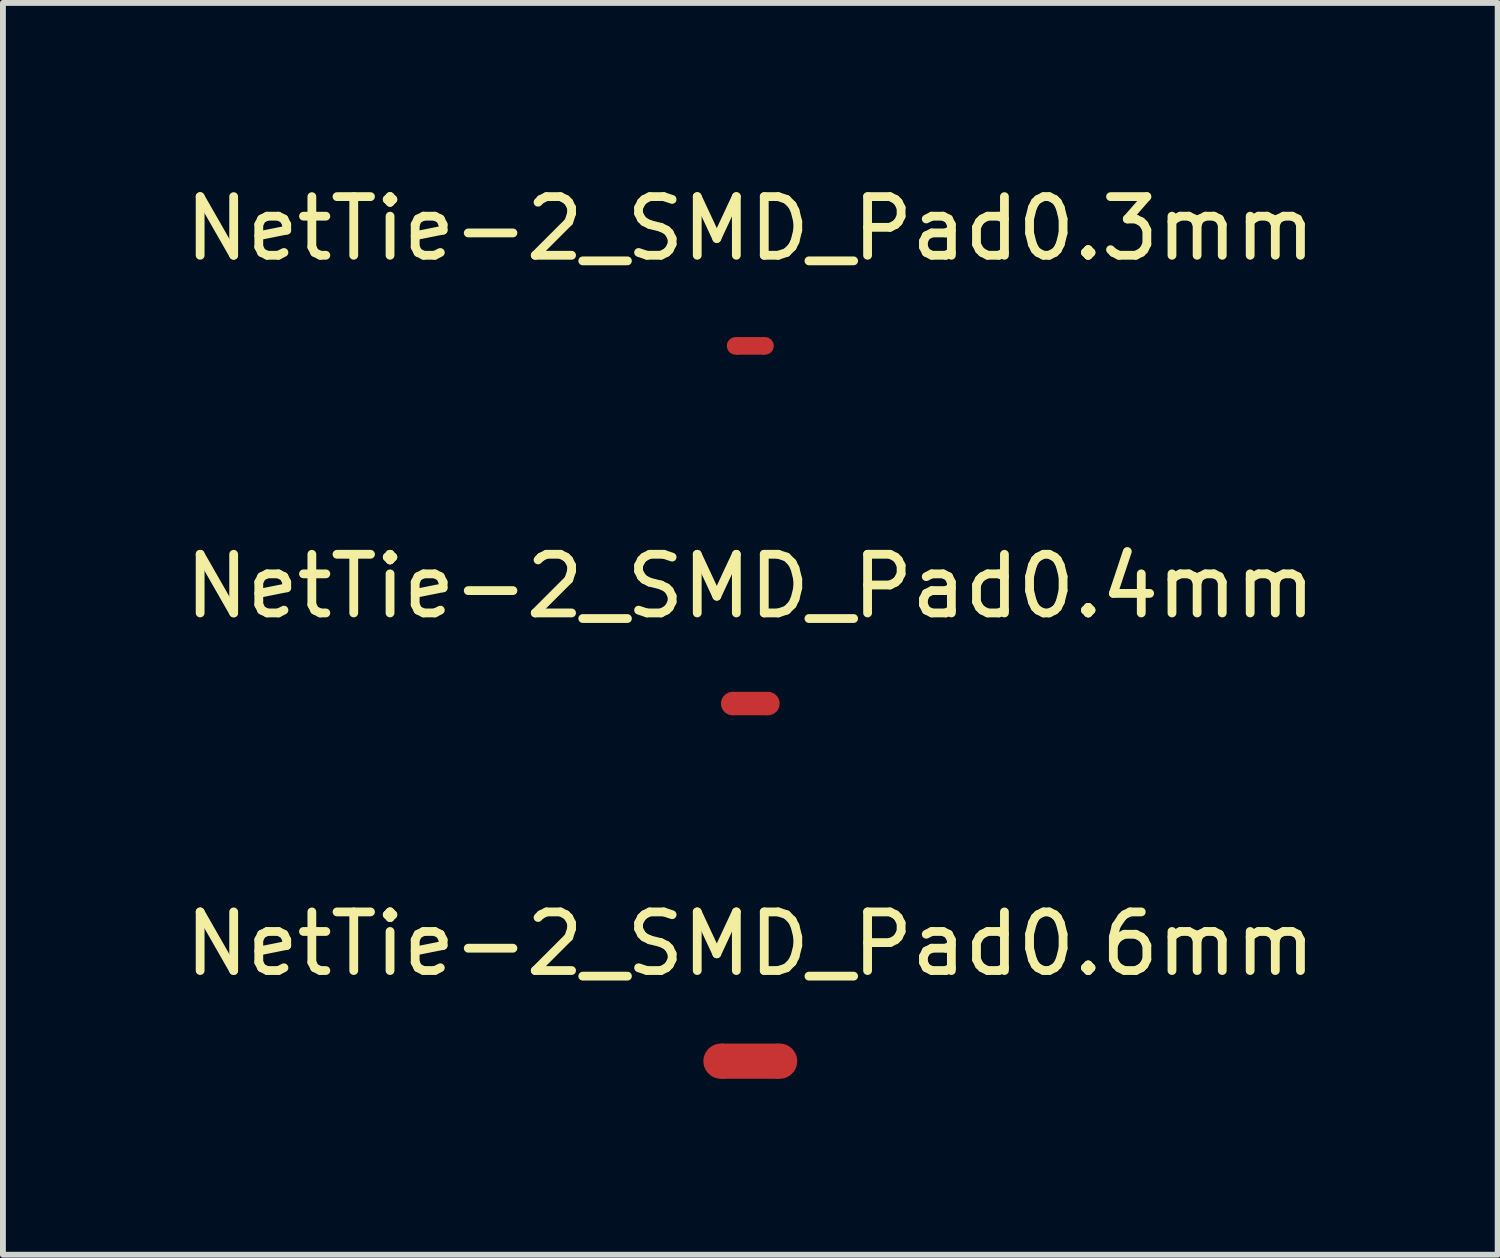
<source format=kicad_pcb>
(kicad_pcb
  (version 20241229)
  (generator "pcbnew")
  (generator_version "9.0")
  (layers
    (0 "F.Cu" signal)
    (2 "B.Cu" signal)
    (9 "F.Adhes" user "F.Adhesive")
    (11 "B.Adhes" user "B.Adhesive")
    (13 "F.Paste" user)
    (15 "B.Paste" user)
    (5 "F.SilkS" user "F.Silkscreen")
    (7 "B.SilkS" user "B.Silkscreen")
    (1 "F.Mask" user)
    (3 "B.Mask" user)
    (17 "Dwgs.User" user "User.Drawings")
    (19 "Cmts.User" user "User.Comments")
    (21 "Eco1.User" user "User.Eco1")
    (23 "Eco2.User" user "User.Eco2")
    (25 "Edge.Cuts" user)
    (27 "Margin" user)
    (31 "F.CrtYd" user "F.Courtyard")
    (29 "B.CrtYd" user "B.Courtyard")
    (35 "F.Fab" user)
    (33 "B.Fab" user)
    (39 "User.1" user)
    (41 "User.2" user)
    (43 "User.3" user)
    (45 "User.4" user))
  (footprint "NetTie-2_SMD_Pad0.6mm"
    (layer "F.Cu")
    (at 9.744 15.045)
    (property "Reference" "NetTie-2_SMD_Pad0.6mm" (at 0 -2 0) (layer "F.SilkS") (effects (font (size 1 1) (thickness 0.15))))
    (attr exclude_from_pos_files exclude_from_bom allow_missing_courtyard)
    (fp_poly (pts (xy -0.5 -0.3) (xy 0.5 -0.3) (xy 0.5 0.3) (xy -0.5 0.3)) (stroke (width 0) (type solid)) (fill yes) (layer "F.Cu"))
    (pad "1" smd circle (at -0.5 0) (size 0.6 0.6) (layers "F.Cu"))
    (pad "2" smd circle (at 0.5 0) (size 0.6 0.6) (layers "F.Cu")))
  (footprint "NetTie-2_SMD_Pad0.3mm"
    (layer "F.Cu")
    (at 9.744 2.848)
    (property "Reference" "NetTie-2_SMD_Pad0.3mm" (at 0 -2 0) (layer "F.SilkS") (effects (font (size 1 1) (thickness 0.15))))
    (attr exclude_from_pos_files exclude_from_bom allow_missing_courtyard)
    (fp_poly (pts (xy -0.25 -0.15) (xy 0.25 -0.15) (xy 0.25 0.15) (xy -0.25 0.15)) (stroke (width 0) (type solid)) (fill yes) (layer "F.Cu"))
    (pad "1" smd circle (at -0.25 0) (size 0.3 0.3) (layers "F.Cu"))
    (pad "2" smd circle (at 0.25 0) (size 0.3 0.3) (layers "F.Cu")))
  (footprint "NetTie-2_SMD_Pad0.4mm"
    (layer "F.Cu")
    (at 9.744 8.947)
    (property "Reference" "NetTie-2_SMD_Pad0.4mm" (at 0 -2 0) (layer "F.SilkS") (effects (font (size 1 1) (thickness 0.15))))
    (attr exclude_from_pos_files exclude_from_bom allow_missing_courtyard)
    (fp_poly (pts (xy -0.3 -0.2) (xy 0.3 -0.2) (xy 0.3 0.2) (xy -0.3 0.2)) (stroke (width 0) (type solid)) (fill yes) (layer "F.Cu"))
    (pad "1" smd circle (at -0.3 0) (size 0.4 0.4) (layers "F.Cu"))
    (pad "2" smd circle (at 0.3 0) (size 0.4 0.4) (layers "F.Cu")))
  (gr_rect
    (start -3 -3)
    (end 22.488 18.345)
    (stroke (width 0.1) (type default))
    (fill no)
    (layer "Edge.Cuts")))
</source>
